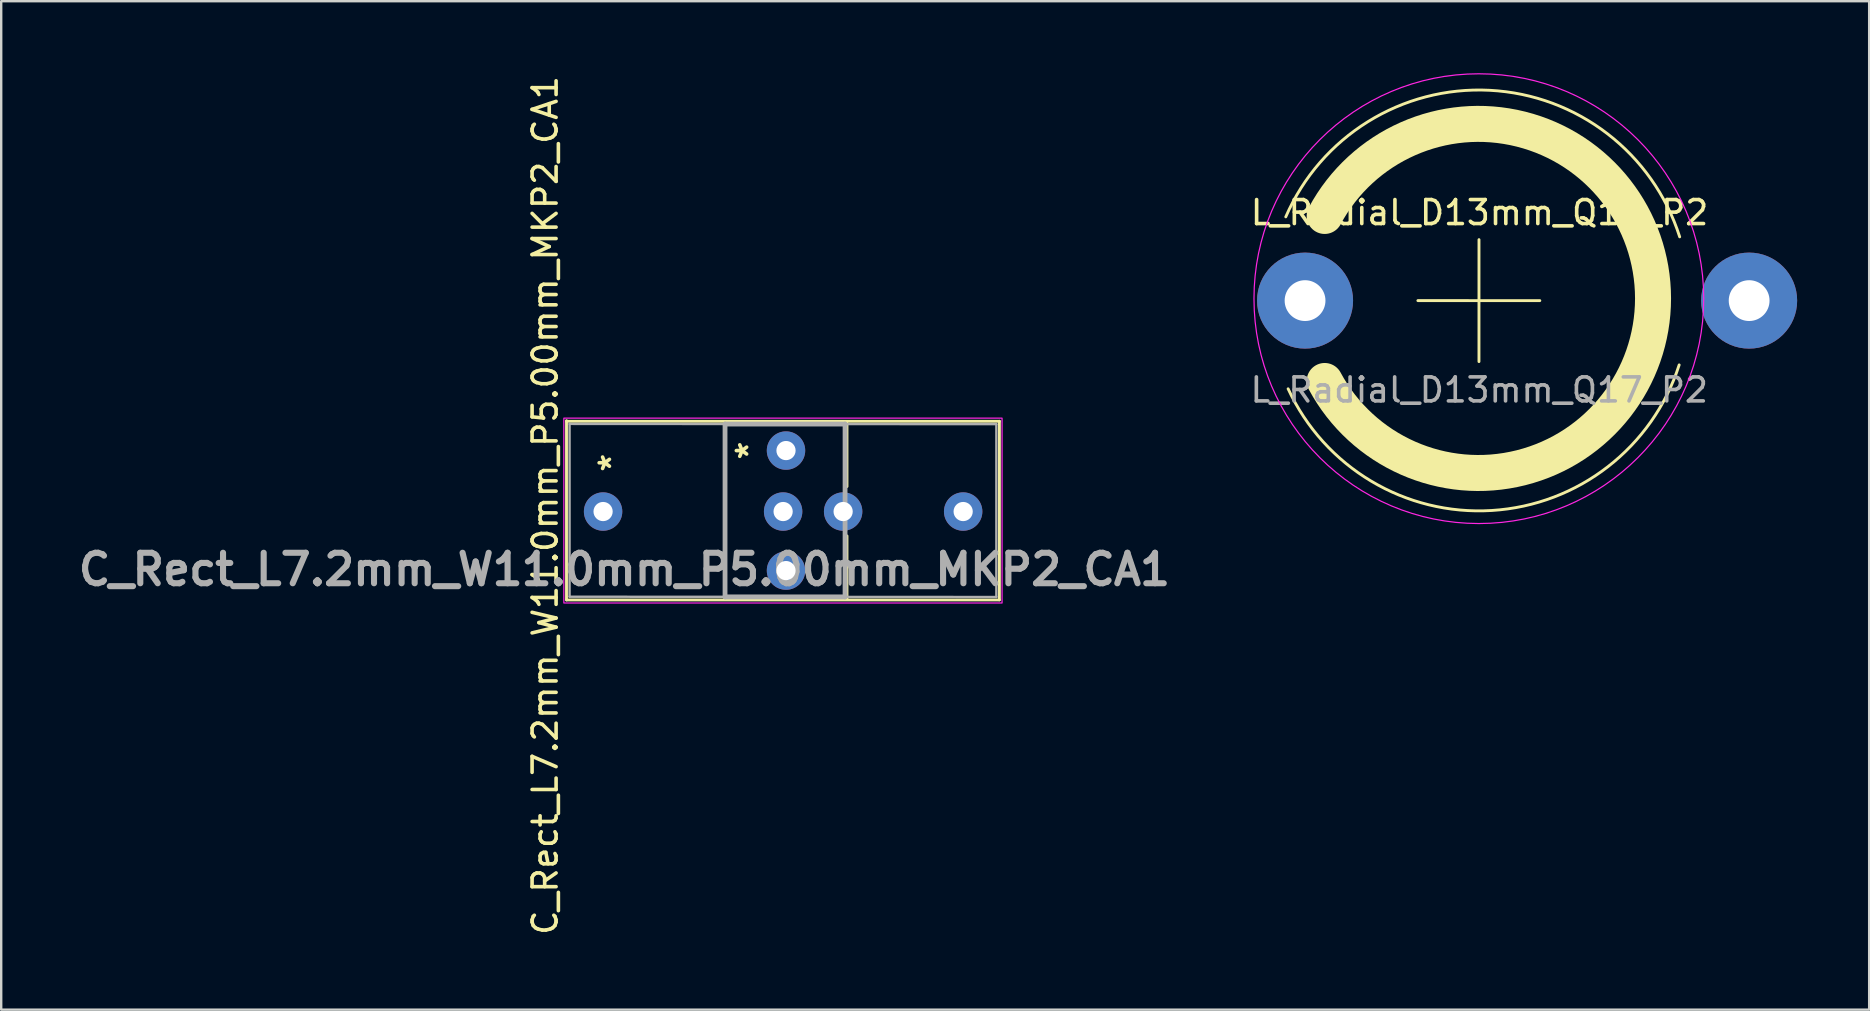
<source format=kicad_pcb>
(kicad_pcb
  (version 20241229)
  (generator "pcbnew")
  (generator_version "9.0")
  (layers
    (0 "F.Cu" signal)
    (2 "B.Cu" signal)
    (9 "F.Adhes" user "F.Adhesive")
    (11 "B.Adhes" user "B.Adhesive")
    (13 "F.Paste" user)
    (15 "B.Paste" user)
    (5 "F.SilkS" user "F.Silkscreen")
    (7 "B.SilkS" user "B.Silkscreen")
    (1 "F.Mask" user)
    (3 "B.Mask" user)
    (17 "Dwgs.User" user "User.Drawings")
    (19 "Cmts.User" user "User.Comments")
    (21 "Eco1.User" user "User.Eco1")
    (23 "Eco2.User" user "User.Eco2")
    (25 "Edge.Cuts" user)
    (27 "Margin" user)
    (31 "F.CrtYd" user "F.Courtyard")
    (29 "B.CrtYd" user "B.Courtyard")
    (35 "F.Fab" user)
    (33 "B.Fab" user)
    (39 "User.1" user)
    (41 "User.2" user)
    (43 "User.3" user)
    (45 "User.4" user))
  (footprint "L_Radial_D13mm_Q17_P2"
    (layer "F.Cu")
    (at 51.317 9.473)
    (property "Reference" "L_Radial_D13mm_Q17_P2" (at 7.268 -3.665 0) (layer "F.SilkS") (effects (font (size 1 1) (thickness 0.15))))
    (attr through_hole)
    (fp_line (start 7.246 -2.54) (end 7.245 2.54) (stroke (width 0.12) (type solid)) (layer "F.SilkS"))
    (fp_line (start 9.78 0.00041) (end 4.7 -0.000411) (stroke (width 0.12) (type solid)) (layer "F.SilkS"))
    (fp_arc (start -0.803395 -3.489189) (mid 7.690214 -8.761447) (end 15.606456 -2.656431) (stroke (width 0.12) (type solid)) (layer "F.SilkS"))
    (fp_arc (start 0.816656 -3.526633) (mid 14.496503 -0.091572) (end 0.817843 3.348211) (stroke (width 1.5) (type solid)) (layer "F.SilkS"))
    (fp_arc (start 15.585219 2.678569) (mid 7.77999 8.742912) (end -0.705722 3.674327) (stroke (width 0.12) (type solid)) (layer "F.SilkS"))
    (fp_circle (center 7.24 -0.081) (end 16.51 1.27) (stroke (width 0.05) (type solid)) (fill no) (layer "F.CrtYd"))
    (fp_circle (center 7.24 -0.081) (end 14.54 -0.081) (stroke (width 1.5) (type solid)) (fill no) (layer "User.2"))
    (fp_circle (center 7.24 -0.081) (end 13.74 -0.081) (stroke (width 0.05) (type solid)) (fill no) (layer "User.4"))
    (fp_text user "${REFERENCE}" (at 7.257 3.723 0) (layer "F.Fab") (effects (font (size 1 1) (thickness 0.15))))
    (pad "1" thru_hole circle (at 0 0) (size 4 4) (drill 1.7) (layers "*.Cu" "*.Mask"))
    (pad "2" thru_hole circle (at 18.5 0) (size 4 4) (drill 1.7) (layers "*.Cu" "*.Mask")))
  (footprint "C_Rect_L7.2mm_W11.0mm_P5.00mm_MKP2_CA1"
    (layer "F.Cu")
    (at 26.9 18.006)
    (property "Reference" "C_Rect_L7.2mm_W11.0mm_P5.00mm_MKP2_CA1" (at -7.239 0 270) (layer "F.SilkS") (effects (font (size 1 1) (thickness 0.15))))
    (attr through_hole)
    (fp_line (start -6.35 -3.53) (end -6.35 3.937) (stroke (width 0.12) (type solid)) (layer "F.SilkS"))
    (fp_line (start -6.35 -3.506) (end 11.684 -3.506) (stroke (width 0.12) (type solid)) (layer "F.SilkS"))
    (fp_line (start -6.35 3.937) (end 11.684 3.937) (stroke (width 0.12) (type solid)) (layer "F.SilkS"))
    (fp_line (start 0.254 3.912) (end 0.254 -3.505) (stroke (width 0.1) (type solid)) (layer "F.SilkS"))
    (fp_line (start 5.334 -0.787) (end 5.334 -3.429) (stroke (width 0.12) (type solid)) (layer "F.SilkS"))
    (fp_line (start 5.334 3.912) (end 5.334 1.27) (stroke (width 0.12) (type solid)) (layer "F.SilkS"))
    (fp_line (start 11.684 -3.506) (end 11.684 3.934) (stroke (width 0.12) (type solid)) (layer "F.SilkS"))
    (fp_rect (start 11.795 -3.636) (end -6.461 4.064) (stroke (width 0.05) (type solid)) (fill no) (layer "F.CrtYd"))
    (fp_line (start -6.223 -3.397) (end -6.223 3.803) (stroke (width 0.1) (type solid)) (layer "F.Fab"))
    (fp_line (start -6.223 3.803) (end 11.557 3.814) (stroke (width 0.1) (type solid)) (layer "F.Fab"))
    (fp_line (start 0.254 -3.39) (end 5.254 -3.39) (stroke (width 0.2) (type solid)) (layer "F.Fab"))
    (fp_line (start 0.254 3.81) (end 0.254 -3.39) (stroke (width 0.2) (type solid)) (layer "F.Fab"))
    (fp_line (start 5.254 -3.39) (end 5.254 3.81) (stroke (width 0.2) (type solid)) (layer "F.Fab"))
    (fp_line (start 5.254 3.81) (end 0.254 3.81) (stroke (width 0.2) (type solid)) (layer "F.Fab"))
    (fp_line (start 11.557 -3.386) (end -6.223 -3.397) (stroke (width 0.1) (type solid)) (layer "F.Fab"))
    (fp_line (start 11.557 3.814) (end 11.557 -3.386) (stroke (width 0.1) (type solid)) (layer "F.Fab"))
    (fp_text user "*" (at 1.27 -2.286 270) (layer "F.SilkS") (effects (font (size 1 1) (thickness 0.15))))
    (fp_text user "*" (at -4.445 -1.778 270) (layer "F.SilkS") (effects (font (size 1 1) (thickness 0.15))))
    (fp_text user "${REFERENCE}" (at -3.937 2.667 180) (layer "F.Fab") (effects (font (size 1.27 1.27) (thickness 0.254))))
    (pad "1" thru_hole circle (at -4.826 0.254 270) (size 1.6 1.6) (drill 0.8) (layers "*.Cu" "*.Mask"))
    (pad "1" thru_hole circle (at 2.794 -2.286 270) (size 1.6 1.6) (drill 0.8) (layers "*.Cu" "*.Mask"))
    (pad "2" thru_hole circle (at 2.674 0.254 180) (size 1.6 1.6) (drill 0.8) (layers "*.Cu" "*.Mask"))
    (pad "2" thru_hole circle (at 2.794 2.714 270) (size 1.6 1.6) (drill 0.8) (layers "*.Cu" "*.Mask"))
    (pad "2" thru_hole circle (at 5.174 0.254 180) (size 1.6 1.6) (drill 0.8) (layers "*.Cu" "*.Mask"))
    (pad "2" thru_hole circle (at 10.174 0.254 270) (size 1.6 1.6) (drill 0.8) (layers "*.Cu" "*.Mask")))
  (gr_rect
    (start -3 -3)
    (end 74.817 39.012)
    (stroke (width 0.1) (type default))
    (fill no)
    (layer "Edge.Cuts")))
</source>
